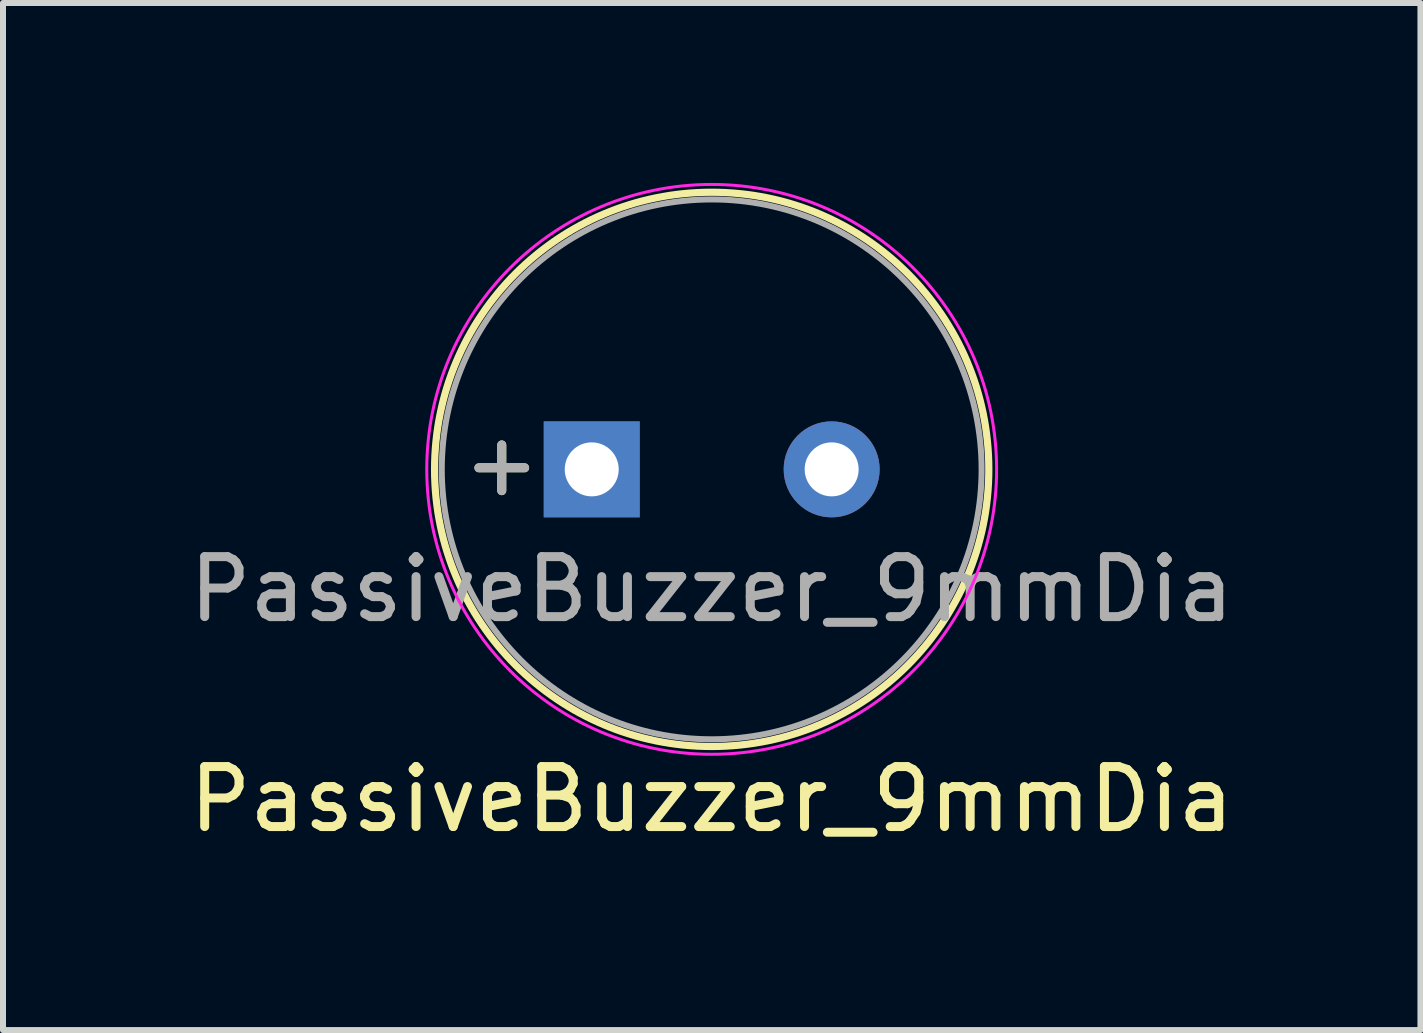
<source format=kicad_pcb>
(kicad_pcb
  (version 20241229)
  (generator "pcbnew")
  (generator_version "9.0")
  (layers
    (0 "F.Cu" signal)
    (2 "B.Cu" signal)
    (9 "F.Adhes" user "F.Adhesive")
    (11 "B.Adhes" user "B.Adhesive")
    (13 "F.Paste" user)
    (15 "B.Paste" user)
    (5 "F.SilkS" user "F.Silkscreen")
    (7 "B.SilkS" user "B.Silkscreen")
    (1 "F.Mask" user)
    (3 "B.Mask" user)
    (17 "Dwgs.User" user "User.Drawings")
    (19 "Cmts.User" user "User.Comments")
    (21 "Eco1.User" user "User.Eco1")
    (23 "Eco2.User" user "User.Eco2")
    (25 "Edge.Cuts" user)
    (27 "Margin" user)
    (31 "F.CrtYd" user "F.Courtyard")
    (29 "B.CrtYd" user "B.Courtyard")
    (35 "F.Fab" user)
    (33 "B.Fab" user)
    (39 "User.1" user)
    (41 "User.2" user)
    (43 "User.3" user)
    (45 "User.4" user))
  (footprint "PassiveBuzzer_9mmDia"
    (layer "F.Cu")
    (at 6.815 4.775)
    (property "Reference" "PassiveBuzzer_9mmDia" (at 2 5.5 0) (layer "F.SilkS") (effects (font (size 1 1) (thickness 0.15))))
    (attr through_hole)
    (fp_circle (center 2 0) (end 6.62 0) (stroke (width 0.12) (type solid)) (fill no) (layer "F.SilkS"))
    (fp_circle (center 2 0) (end 6.75 0) (stroke (width 0.05) (type solid)) (fill no) (layer "F.CrtYd"))
    (fp_circle (center 2 0) (end 6.5 0) (stroke (width 0.1) (type solid)) (fill no) (layer "F.Fab"))
    (fp_text user "+" (at -1.5 -0.1 0) (layer "F.SilkS") (effects (font (size 1 1) (thickness 0.15))))
    (fp_text user "${REFERENCE}" (at 2 2 0) (layer "F.Fab") (effects (font (size 1 1) (thickness 0.15))))
    (fp_text user "+" (at -1.5 -0.1 0) (layer "F.Fab") (effects (font (size 1 1) (thickness 0.15))))
    (pad "1" thru_hole rect (at 0 0) (size 1.6 1.6) (drill 0.9) (layers "*.Cu" "*.Mask"))
    (pad "2" thru_hole circle (at 4 0) (size 1.6 1.6) (drill 0.9) (layers "*.Cu" "*.Mask")))
  (gr_rect
    (start -3 -3)
    (end 20.631 14.123)
    (stroke (width 0.1) (type default))
    (fill no)
    (layer "Edge.Cuts")))
</source>
